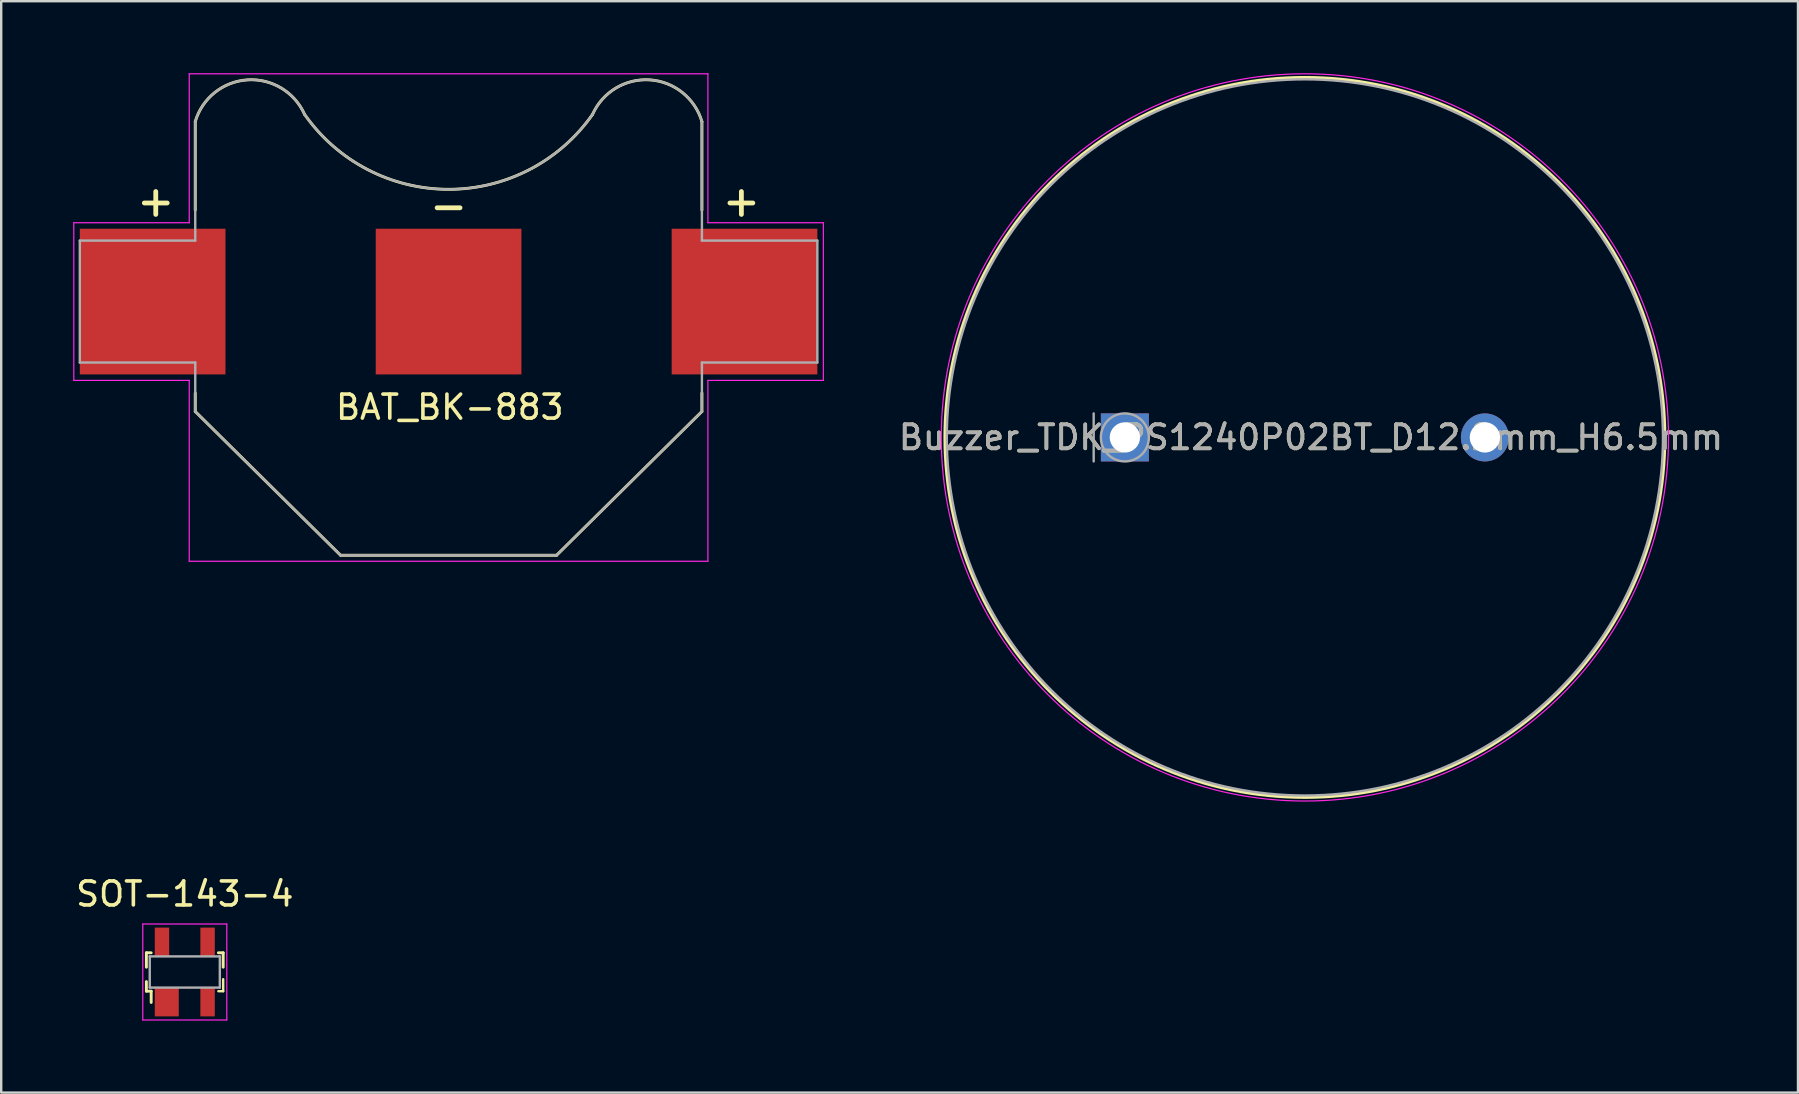
<source format=kicad_pcb>
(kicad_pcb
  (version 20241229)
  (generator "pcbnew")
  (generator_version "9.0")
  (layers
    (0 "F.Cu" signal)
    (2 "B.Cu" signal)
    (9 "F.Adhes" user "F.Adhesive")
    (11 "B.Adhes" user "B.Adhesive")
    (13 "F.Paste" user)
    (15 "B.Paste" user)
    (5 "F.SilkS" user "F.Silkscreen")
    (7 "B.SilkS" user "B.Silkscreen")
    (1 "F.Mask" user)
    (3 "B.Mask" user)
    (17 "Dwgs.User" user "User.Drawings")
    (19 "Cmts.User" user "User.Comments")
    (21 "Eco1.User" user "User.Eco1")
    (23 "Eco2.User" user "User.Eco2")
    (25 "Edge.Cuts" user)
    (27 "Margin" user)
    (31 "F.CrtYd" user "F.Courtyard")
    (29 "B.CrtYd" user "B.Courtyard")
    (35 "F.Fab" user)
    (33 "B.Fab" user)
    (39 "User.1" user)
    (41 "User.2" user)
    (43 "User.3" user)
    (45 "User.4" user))
  (footprint "SOT-143-4"
    (layer "F.Cu")
    (at 4.649 37.448)
    (property "Reference" "SOT-143-4" (at 0 -3.25 0) (layer "F.SilkS") (effects (font (size 1 1) (thickness 0.15))))
    (attr smd)
    (fp_line (start -1.6 -0.8) (end -1.6 -0.2) (stroke (width 0.12) (type solid)) (layer "F.SilkS"))
    (fp_line (start -1.6 0.8) (end -1.6 0.4) (stroke (width 0.12) (type solid)) (layer "F.SilkS"))
    (fp_line (start -1.4 -0.8) (end -1.6 -0.8) (stroke (width 0.12) (type solid)) (layer "F.SilkS"))
    (fp_line (start -1.4 0.8) (end -1.6 0.8) (stroke (width 0.12) (type solid)) (layer "F.SilkS"))
    (fp_line (start -1.4 0.8) (end -1.4 1.27) (stroke (width 0.12) (type solid)) (layer "F.SilkS"))
    (fp_line (start 1.4 -0.8) (end 1.6 -0.8) (stroke (width 0.12) (type solid)) (layer "F.SilkS"))
    (fp_line (start 1.4 0.8) (end 1.6 0.8) (stroke (width 0.1) (type solid)) (layer "F.SilkS"))
    (fp_line (start 1.6 -0.8) (end 1.6 -0.2) (stroke (width 0.12) (type solid)) (layer "F.SilkS"))
    (fp_line (start 1.6 0.8) (end 1.6 0.3) (stroke (width 0.1) (type solid)) (layer "F.SilkS"))
    (fp_line (start -1.75 -2) (end -1.75 2) (stroke (width 0.05) (type solid)) (layer "F.CrtYd"))
    (fp_line (start 1.75 -2) (end -1.75 -2) (stroke (width 0.05) (type solid)) (layer "F.CrtYd"))
    (fp_line (start 1.75 -2) (end 1.75 2) (stroke (width 0.05) (type solid)) (layer "F.CrtYd"))
    (fp_line (start 1.75 2) (end -1.75 2) (stroke (width 0.05) (type solid)) (layer "F.CrtYd"))
    (fp_line (start -1.46 0.65) (end -1.46 -0.65) (stroke (width 0.1) (type solid)) (layer "F.Fab"))
    (fp_line (start -1.46 0.65) (end 1.46 0.65) (stroke (width 0.1) (type solid)) (layer "F.Fab"))
    (fp_line (start 1.46 -0.65) (end -1.46 -0.65) (stroke (width 0.1) (type solid)) (layer "F.Fab"))
    (fp_line (start 1.46 -0.65) (end 1.46 0.65) (stroke (width 0.1) (type solid)) (layer "F.Fab"))
    (pad "1" smd rect (at -0.75 1.25) (size 1 1.2) (layers "F.Cu" "F.Mask" "F.Paste"))
    (pad "2" smd rect (at 0.95 1.25) (size 0.6 1.2) (layers "F.Cu" "F.Mask" "F.Paste"))
    (pad "3" smd rect (at 0.95 -1.25) (size 0.6 1.2) (layers "F.Cu" "F.Mask" "F.Paste"))
    (pad "4" smd rect (at -0.95 -1.25) (size 0.6 1.2) (layers "F.Cu" "F.Mask" "F.Paste")))
  (footprint "BAT_BK-883"
    (layer "F.Cu")
    (at 15.64 9.515)
    (property "Reference" "BAT_BK-883" (at 0.05 4.4 0) (layer "F.SilkS") (effects (font (size 1 1) (thickness 0.15))))
    (attr through_hole)
    (fp_line (start -10.555 -7.5) (end -10.555 -3.81) (stroke (width 0.12) (type solid)) (layer "F.SilkS"))
    (fp_line (start -10.555 3.81) (end -10.555 4.58) (stroke (width 0.12) (type solid)) (layer "F.SilkS"))
    (fp_line (start -10.555 4.58) (end -4.5 10.57) (stroke (width 0.12) (type solid)) (layer "F.SilkS"))
    (fp_line (start -4.5 10.57) (end 4.5 10.57) (stroke (width 0.12) (type solid)) (layer "F.SilkS"))
    (fp_line (start 4.5 10.57) (end 10.555 4.58) (stroke (width 0.12) (type solid)) (layer "F.SilkS"))
    (fp_line (start 10.555 -3.81) (end 10.555 -7.5) (stroke (width 0.12) (type solid)) (layer "F.SilkS"))
    (fp_line (start 10.555 4.58) (end 10.555 3.81) (stroke (width 0.12) (type solid)) (layer "F.SilkS"))
    (fp_arc (start -10.555 -7.5) (mid -8.382044 -9.237329) (end -6 -7.8) (stroke (width 0.12) (type solid)) (layer "F.SilkS"))
    (fp_arc (start 6 -7.8) (mid 0 -4.676598) (end -6 -7.8) (stroke (width 0.12) (type solid)) (layer "F.SilkS"))
    (fp_arc (start 6 -7.8) (mid 8.382044 -9.237329) (end 10.555 -7.5) (stroke (width 0.12) (type solid)) (layer "F.SilkS"))
    (fp_line (start -15.615 -3.285) (end -15.615 3.285) (stroke (width 0.05) (type solid)) (layer "F.CrtYd"))
    (fp_line (start -15.615 3.285) (end -10.805 3.285) (stroke (width 0.05) (type solid)) (layer "F.CrtYd"))
    (fp_line (start -10.805 -9.49) (end -10.805 -3.285) (stroke (width 0.05) (type solid)) (layer "F.CrtYd"))
    (fp_line (start -10.805 -3.285) (end -15.615 -3.285) (stroke (width 0.05) (type solid)) (layer "F.CrtYd"))
    (fp_line (start -10.805 3.285) (end -10.805 10.82) (stroke (width 0.05) (type solid)) (layer "F.CrtYd"))
    (fp_line (start -10.805 10.82) (end 10.805 10.82) (stroke (width 0.05) (type solid)) (layer "F.CrtYd"))
    (fp_line (start 10.805 -9.49) (end -10.805 -9.49) (stroke (width 0.05) (type solid)) (layer "F.CrtYd"))
    (fp_line (start 10.805 -3.285) (end 10.805 -9.49) (stroke (width 0.05) (type solid)) (layer "F.CrtYd"))
    (fp_line (start 10.805 3.285) (end 15.615 3.285) (stroke (width 0.05) (type solid)) (layer "F.CrtYd"))
    (fp_line (start 10.805 10.82) (end 10.805 3.285) (stroke (width 0.05) (type solid)) (layer "F.CrtYd"))
    (fp_line (start 15.615 -3.285) (end 10.805 -3.285) (stroke (width 0.05) (type solid)) (layer "F.CrtYd"))
    (fp_line (start 15.615 3.285) (end 15.615 -3.285) (stroke (width 0.05) (type solid)) (layer "F.CrtYd"))
    (fp_line (start -15.365 -2.54) (end -15.365 2.54) (stroke (width 0.1) (type solid)) (layer "F.Fab"))
    (fp_line (start -15.365 2.54) (end -10.555 2.54) (stroke (width 0.1) (type solid)) (layer "F.Fab"))
    (fp_line (start -10.555 -7.5) (end -10.555 -2.54) (stroke (width 0.1) (type solid)) (layer "F.Fab"))
    (fp_line (start -10.555 -2.54) (end -15.365 -2.54) (stroke (width 0.1) (type solid)) (layer "F.Fab"))
    (fp_line (start -10.555 2.54) (end -10.555 4.58) (stroke (width 0.1) (type solid)) (layer "F.Fab"))
    (fp_line (start -10.555 4.58) (end -4.5 10.57) (stroke (width 0.1) (type solid)) (layer "F.Fab"))
    (fp_line (start -4.5 10.57) (end 4.5 10.57) (stroke (width 0.1) (type solid)) (layer "F.Fab"))
    (fp_line (start 4.5 10.57) (end 10.555 4.58) (stroke (width 0.1) (type solid)) (layer "F.Fab"))
    (fp_line (start 10.555 -2.54) (end 10.555 -7.5) (stroke (width 0.1) (type solid)) (layer "F.Fab"))
    (fp_line (start 10.555 2.54) (end 15.365 2.54) (stroke (width 0.1) (type solid)) (layer "F.Fab"))
    (fp_line (start 10.555 4.58) (end 10.555 2.54) (stroke (width 0.1) (type solid)) (layer "F.Fab"))
    (fp_line (start 15.365 -2.54) (end 10.555 -2.54) (stroke (width 0.1) (type solid)) (layer "F.Fab"))
    (fp_line (start 15.365 2.54) (end 15.365 -2.54) (stroke (width 0.1) (type solid)) (layer "F.Fab"))
    (fp_arc (start -10.555 -7.5) (mid -8.382044 -9.237329) (end -6 -7.8) (stroke (width 0.1) (type solid)) (layer "F.Fab"))
    (fp_arc (start 6 -7.8) (mid 0 -4.676598) (end -6 -7.8) (stroke (width 0.1) (type solid)) (layer "F.Fab"))
    (fp_arc (start 6 -7.8) (mid 8.382044 -9.237329) (end 10.555 -7.5) (stroke (width 0.1) (type solid)) (layer "F.Fab"))
    (fp_text user "+" (at -12.2 -4.2 0) (layer "F.SilkS") (effects (font (size 1.25 1.25) (thickness 0.2))))
    (fp_text user "+" (at 12.2 -4.2 0) (layer "F.SilkS") (effects (font (size 1.25 1.25) (thickness 0.2))))
    (fp_text user "-" (at 0 -4 0) (layer "F.SilkS") (effects (font (size 1.25 1.25) (thickness 0.2))))
    (pad "1" smd rect (at -12.33 0) (size 6.07 6.07) (layers "F.Cu" "F.Mask" "F.Paste"))
    (pad "2" smd rect (at 0 0) (size 6.07 6.07) (layers "F.Cu" "F.Mask"))
    (pad "3" smd rect (at 12.33 0) (size 6.07 6.07) (layers "F.Cu" "F.Mask" "F.Paste")))
  (footprint "Buzzer_TDK_PS1240P02BT_D12.2mm_H6.5mm"
    (layer "F.Cu")
    (at 51.318 15.175)
    (property "Reference" "Buzzer_TDK_PS1240P02BT_D12.2mm_H6.5mm" (at 0.254 0 0) (layer "F.SilkS") (effects (font (size 1 1) (thickness 0.15))))
    (attr through_hole)
    (fp_circle (center 0 0) (end 15 0) (stroke (width 0.12) (type solid)) (fill no) (layer "F.SilkS"))
    (fp_circle (center 0 0) (end 15.15 0) (stroke (width 0.05) (type solid)) (fill no) (layer "F.CrtYd"))
    (fp_line (start -8.8 -1) (end -8.8 1) (stroke (width 0.1) (type solid)) (layer "F.Fab"))
    (fp_circle (center -7.5 0) (end -6.5 0) (stroke (width 0.1) (type solid)) (fill no) (layer "F.Fab"))
    (fp_circle (center 0 0) (end 14.92 0) (stroke (width 0.1) (type solid)) (fill no) (layer "F.Fab"))
    (fp_text user "${REFERENCE}" (at 0.254 0 0) (layer "F.Fab") (effects (font (size 1 1) (thickness 0.15))))
    (pad "1" thru_hole rect (at -7.5 0) (size 2 2) (drill 1.26) (layers "*.Cu" "*.Mask"))
    (pad "2" thru_hole circle (at 7.5 0) (size 2 2) (drill 1.26) (layers "*.Cu" "*.Mask")))
  (gr_rect
    (start -3 -3)
    (end 71.863 42.473)
    (stroke (width 0.1) (type default))
    (fill no)
    (layer "Edge.Cuts")))
</source>
